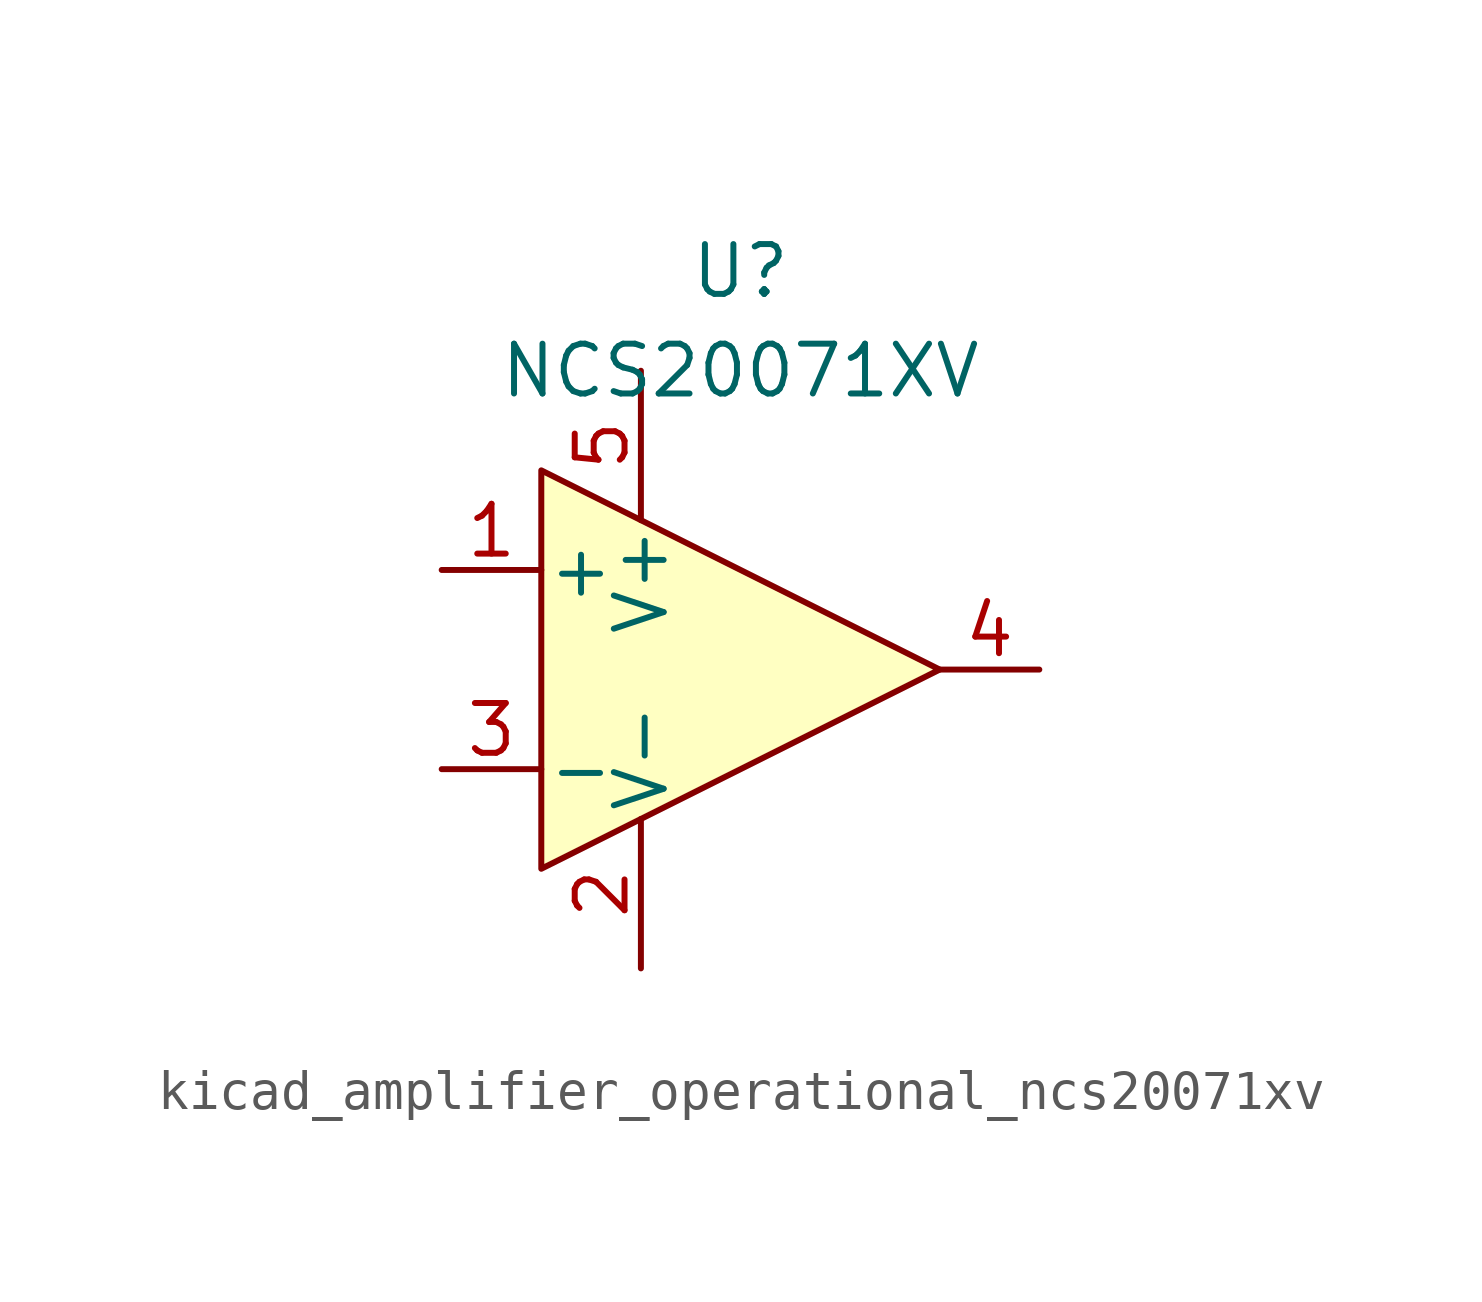
<source format=kicad_sym>
(kicad_symbol_lib
  (version 20220914)
  (generator kicad_symbol_editor)
  (symbol "kicad_amplifier_operational_ncs20071xv"
    (pin_names
      (offset 0.127))
    (property "Reference" "U"
      (at 0 10.16 0)
      (effects (font (size 1.27 1.27))))
    (property "Value" "NCS20071XV"
      (at 0 7.62 0)
      (effects (font (size 1.27 1.27))))
    (symbol "kicad_amplifier_operational_ncs20071xv_1_1"
      (polyline (pts (xy 5.08 0) (xy -5.08 5.08) (xy -5.08 -5.08) (xy 5.08 0)) (stroke (width 0) (type default)) (fill (type background)))
      (pin input line (at -7.62 2.54 0) (length 2.54) (name "+" (effects (font (size 1.27 1.27)))) (number "1" (effects (font (size 1.27 1.27)))))
      (pin power_in line (at -2.54 -7.62 90) (length 3.81) (name "V-" (effects (font (size 1.27 1.27)))) (number "2" (effects (font (size 1.27 1.27)))))
      (pin input line (at -7.62 -2.54 0) (length 2.54) (name "-" (effects (font (size 1.27 1.27)))) (number "3" (effects (font (size 1.27 1.27)))))
      (pin output line (at 7.62 0 180) (length 2.54) (name "~" (effects (font (size 1.27 1.27)))) (number "4" (effects (font (size 1.27 1.27)))))
      (pin power_in line (at -2.54 7.62 270) (length 3.81) (name "V+" (effects (font (size 1.27 1.27)))) (number "5" (effects (font (size 1.27 1.27))))))))
</source>
